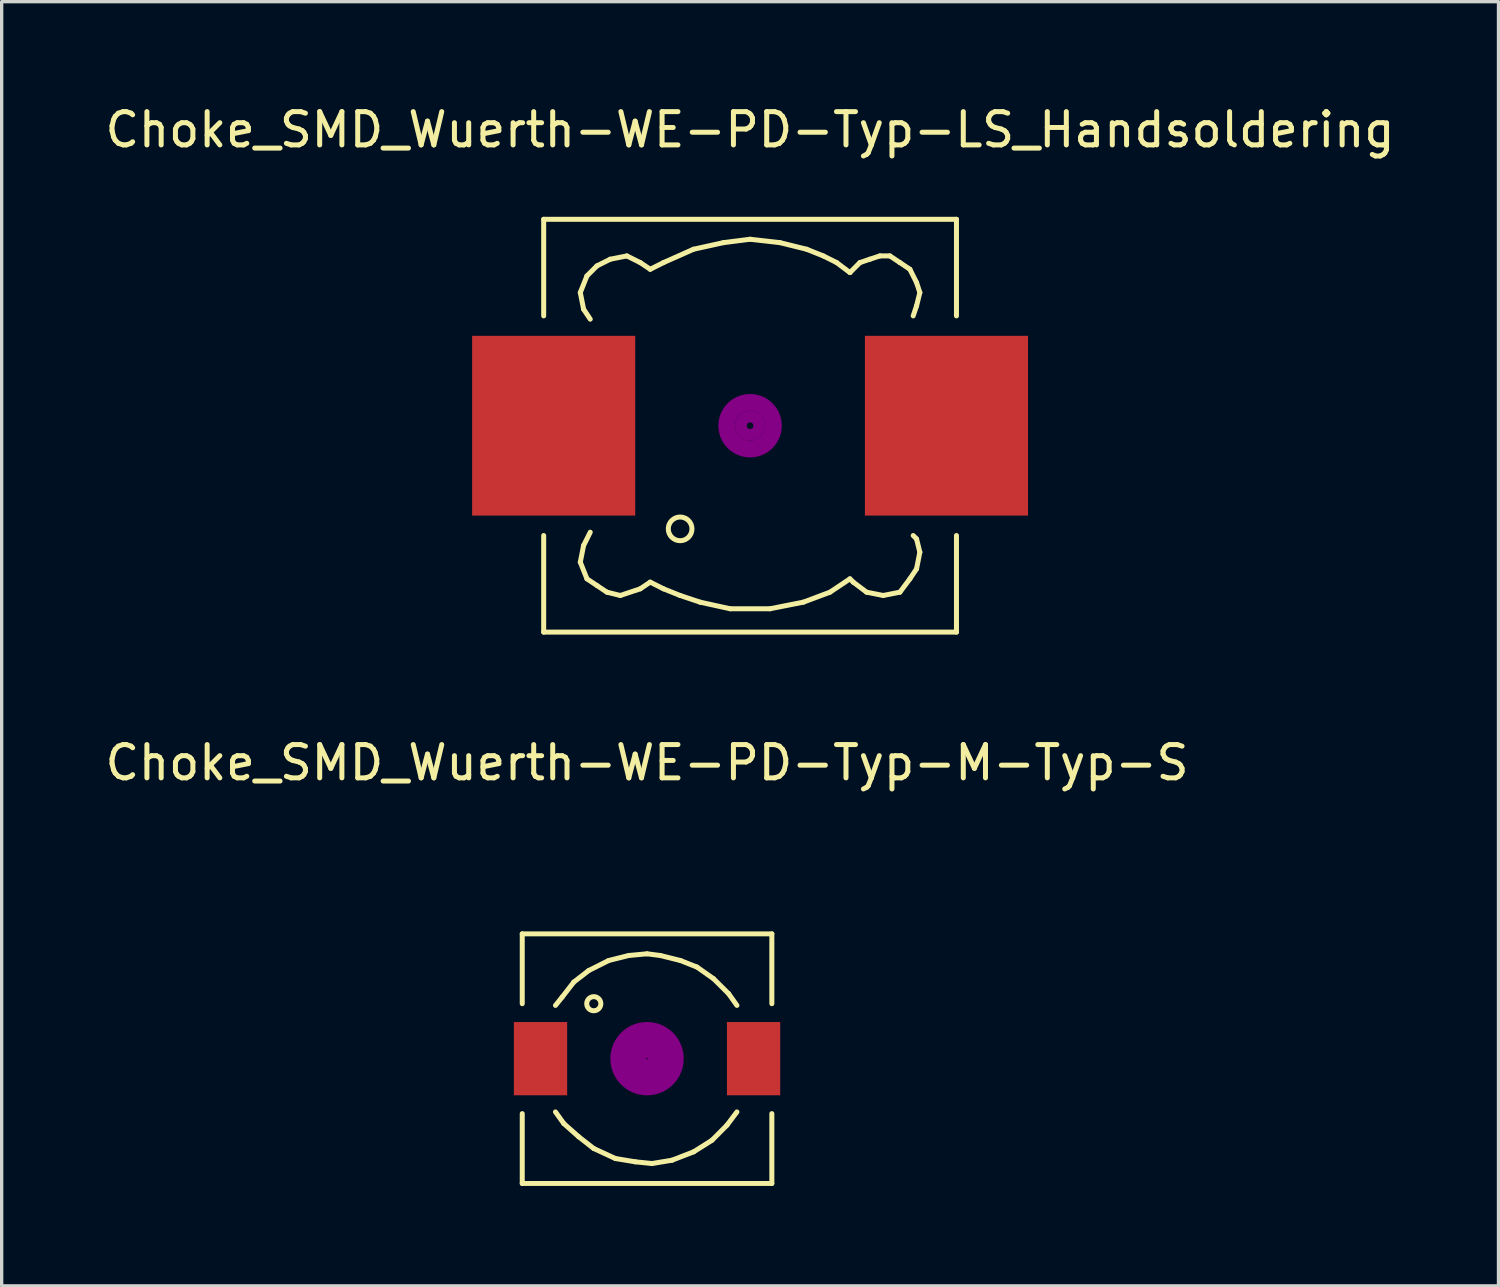
<source format=kicad_pcb>
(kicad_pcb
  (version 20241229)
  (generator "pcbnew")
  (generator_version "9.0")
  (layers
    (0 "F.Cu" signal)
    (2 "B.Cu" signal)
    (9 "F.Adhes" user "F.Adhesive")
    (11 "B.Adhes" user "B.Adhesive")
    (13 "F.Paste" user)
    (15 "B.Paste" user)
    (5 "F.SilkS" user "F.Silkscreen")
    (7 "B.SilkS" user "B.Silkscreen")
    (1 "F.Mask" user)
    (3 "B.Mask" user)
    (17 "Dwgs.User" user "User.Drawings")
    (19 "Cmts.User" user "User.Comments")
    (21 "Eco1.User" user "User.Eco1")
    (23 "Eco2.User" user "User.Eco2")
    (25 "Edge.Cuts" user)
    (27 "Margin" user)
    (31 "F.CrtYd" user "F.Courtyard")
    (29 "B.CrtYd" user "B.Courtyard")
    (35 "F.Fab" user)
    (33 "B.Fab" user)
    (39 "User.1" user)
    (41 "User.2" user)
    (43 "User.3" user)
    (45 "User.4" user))
  (footprint "Choke_SMD_Wuerth-WE-PD-Typ-M-Typ-S"
    (layer "F.Cu")
    (at 16.387 28.752)
    (property "Reference" "Choke_SMD_Wuerth-WE-PD-Typ-M-Typ-S" (at 0 -8.89 0) (layer "F.SilkS") (effects (font (size 1 1) (thickness 0.15))))
    (attr smd)
    (fp_line (start -3.749 -3.749) (end -3.749 -1.651) (stroke (width 0.15) (type solid)) (layer "F.SilkS"))
    (fp_line (start -3.749 1.651) (end -3.749 3.749) (stroke (width 0.15) (type solid)) (layer "F.SilkS"))
    (fp_line (start -3.749 3.749) (end 3.749 3.749) (stroke (width 0.15) (type solid)) (layer "F.SilkS"))
    (fp_line (start -2.751 1.6) (end -2.499 1.951) (stroke (width 0.15) (type solid)) (layer "F.SilkS"))
    (fp_line (start -2.55 -1.849) (end -2.751 -1.6) (stroke (width 0.15) (type solid)) (layer "F.SilkS"))
    (fp_line (start -2.499 1.951) (end -2.05 2.349) (stroke (width 0.15) (type solid)) (layer "F.SilkS"))
    (fp_line (start -2.2 -2.301) (end -2.55 -1.849) (stroke (width 0.15) (type solid)) (layer "F.SilkS"))
    (fp_line (start -2.05 2.349) (end -1.6 2.7) (stroke (width 0.15) (type solid)) (layer "F.SilkS"))
    (fp_line (start -1.75 -2.649) (end -2.2 -2.301) (stroke (width 0.15) (type solid)) (layer "F.SilkS"))
    (fp_line (start -1.6 2.7) (end -0.95 3) (stroke (width 0.15) (type solid)) (layer "F.SilkS"))
    (fp_line (start -1.151 -2.949) (end -1.75 -2.649) (stroke (width 0.15) (type solid)) (layer "F.SilkS"))
    (fp_line (start -0.95 3) (end -0.351 3.099) (stroke (width 0.15) (type solid)) (layer "F.SilkS"))
    (fp_line (start -0.551 -3.099) (end -1.151 -2.949) (stroke (width 0.15) (type solid)) (layer "F.SilkS"))
    (fp_line (start -0.351 3.099) (end 0.15 3.15) (stroke (width 0.15) (type solid)) (layer "F.SilkS"))
    (fp_line (start 0 -3.15) (end -0.551 -3.099) (stroke (width 0.15) (type solid)) (layer "F.SilkS"))
    (fp_line (start 0.15 3.15) (end 0.749 3.051) (stroke (width 0.15) (type solid)) (layer "F.SilkS"))
    (fp_line (start 0.399 -3.099) (end 0 -3.15) (stroke (width 0.15) (type solid)) (layer "F.SilkS"))
    (fp_line (start 0.749 3.051) (end 1.4 2.799) (stroke (width 0.15) (type solid)) (layer "F.SilkS"))
    (fp_line (start 1.001 -2.949) (end 0.399 -3.099) (stroke (width 0.15) (type solid)) (layer "F.SilkS"))
    (fp_line (start 1.4 2.799) (end 1.951 2.451) (stroke (width 0.15) (type solid)) (layer "F.SilkS"))
    (fp_line (start 1.501 -2.751) (end 1.001 -2.949) (stroke (width 0.15) (type solid)) (layer "F.SilkS"))
    (fp_line (start 1.951 2.451) (end 2.4 1.999) (stroke (width 0.15) (type solid)) (layer "F.SilkS"))
    (fp_line (start 1.999 -2.4) (end 1.501 -2.751) (stroke (width 0.15) (type solid)) (layer "F.SilkS"))
    (fp_line (start 2.4 1.999) (end 2.7 1.6) (stroke (width 0.15) (type solid)) (layer "F.SilkS"))
    (fp_line (start 2.451 -1.951) (end 1.999 -2.4) (stroke (width 0.15) (type solid)) (layer "F.SilkS"))
    (fp_line (start 2.7 -1.6) (end 2.451 -1.951) (stroke (width 0.15) (type solid)) (layer "F.SilkS"))
    (fp_line (start 3.749 -3.749) (end -3.749 -3.749) (stroke (width 0.15) (type solid)) (layer "F.SilkS"))
    (fp_line (start 3.749 -3.749) (end 3.749 -1.651) (stroke (width 0.15) (type solid)) (layer "F.SilkS"))
    (fp_line (start 3.749 3.749) (end 3.749 1.651) (stroke (width 0.15) (type solid)) (layer "F.SilkS"))
    (fp_circle (center -1.6 -1.651) (end -1.45 -1.501) (stroke (width 0.15) (type solid)) (fill no) (layer "F.SilkS"))
    (fp_circle (center 0 0) (end 0.15 0.15) (stroke (width 0.381) (type solid)) (fill no) (layer "F.Adhes"))
    (fp_circle (center 0 0) (end 0.551 0.051) (stroke (width 0.381) (type solid)) (fill no) (layer "F.Adhes"))
    (fp_circle (center 0 0) (end 0.899 0.15) (stroke (width 0.381) (type solid)) (fill no) (layer "F.Adhes"))
    (pad "1" smd rect (at -3.2 0) (size 1.6 2.2) (layers "F.Cu" "F.Mask" "F.Paste"))
    (pad "2" smd rect (at 3.2 0) (size 1.6 2.2) (layers "F.Cu" "F.Mask" "F.Paste")))
  (footprint "Choke_SMD_Wuerth-WE-PD-Typ-LS_Handsoldering"
    (layer "F.Cu")
    (at 19.482 9.738)
    (property "Reference" "Choke_SMD_Wuerth-WE-PD-Typ-LS_Handsoldering" (at 0 -8.89 0) (layer "F.SilkS") (effects (font (size 1 1) (thickness 0.15))))
    (attr smd)
    (fp_line (start -6.2 -6.2) (end -6.2 -3.299) (stroke (width 0.15) (type solid)) (layer "F.SilkS"))
    (fp_line (start -6.2 3.299) (end -6.2 6.2) (stroke (width 0.15) (type solid)) (layer "F.SilkS"))
    (fp_line (start -6.2 6.2) (end 6.2 6.2) (stroke (width 0.15) (type solid)) (layer "F.SilkS"))
    (fp_line (start -5.1 -4) (end -5.001 -3.5) (stroke (width 0.15) (type solid)) (layer "F.SilkS"))
    (fp_line (start -5.1 4.1) (end -5.001 3.599) (stroke (width 0.15) (type solid)) (layer "F.SilkS"))
    (fp_line (start -5.001 -3.5) (end -4.801 -3.2) (stroke (width 0.15) (type solid)) (layer "F.SilkS"))
    (fp_line (start -5.001 3.599) (end -4.801 3.2) (stroke (width 0.15) (type solid)) (layer "F.SilkS"))
    (fp_line (start -4.9 -4.501) (end -5.1 -4) (stroke (width 0.15) (type solid)) (layer "F.SilkS"))
    (fp_line (start -4.9 4.6) (end -5.1 4.1) (stroke (width 0.15) (type solid)) (layer "F.SilkS"))
    (fp_line (start -4.6 -4.801) (end -4.9 -4.501) (stroke (width 0.15) (type solid)) (layer "F.SilkS"))
    (fp_line (start -4.6 4.801) (end -4.9 4.6) (stroke (width 0.15) (type solid)) (layer "F.SilkS"))
    (fp_line (start -4.3 5.001) (end -4.6 4.801) (stroke (width 0.15) (type solid)) (layer "F.SilkS"))
    (fp_line (start -4.201 -5.001) (end -4.6 -4.801) (stroke (width 0.15) (type solid)) (layer "F.SilkS"))
    (fp_line (start -3.899 5.1) (end -4.3 5.001) (stroke (width 0.15) (type solid)) (layer "F.SilkS"))
    (fp_line (start -3.701 -5.1) (end -4.201 -5.001) (stroke (width 0.15) (type solid)) (layer "F.SilkS"))
    (fp_line (start -3.299 -4.9) (end -3.701 -5.1) (stroke (width 0.15) (type solid)) (layer "F.SilkS"))
    (fp_line (start -3.299 4.9) (end -3.899 5.1) (stroke (width 0.15) (type solid)) (layer "F.SilkS"))
    (fp_line (start -3 -4.699) (end -3.299 -4.9) (stroke (width 0.15) (type solid)) (layer "F.SilkS"))
    (fp_line (start -3 4.699) (end -3.299 4.9) (stroke (width 0.15) (type solid)) (layer "F.SilkS"))
    (fp_line (start -2.601 -4.9) (end -3 -4.699) (stroke (width 0.15) (type solid)) (layer "F.SilkS"))
    (fp_line (start -2.601 4.9) (end -3 4.699) (stroke (width 0.15) (type solid)) (layer "F.SilkS"))
    (fp_line (start -2.101 5.1) (end -2.601 4.9) (stroke (width 0.15) (type solid)) (layer "F.SilkS"))
    (fp_line (start -1.699 -5.301) (end -2.601 -4.9) (stroke (width 0.15) (type solid)) (layer "F.SilkS"))
    (fp_line (start -1.501 5.301) (end -2.101 5.1) (stroke (width 0.15) (type solid)) (layer "F.SilkS"))
    (fp_line (start -0.8 -5.499) (end -1.699 -5.301) (stroke (width 0.15) (type solid)) (layer "F.SilkS"))
    (fp_line (start -0.599 5.499) (end -1.501 5.301) (stroke (width 0.15) (type solid)) (layer "F.SilkS"))
    (fp_line (start 0 -5.601) (end -0.8 -5.499) (stroke (width 0.15) (type solid)) (layer "F.SilkS"))
    (fp_line (start 0.599 5.499) (end -0.599 5.499) (stroke (width 0.15) (type solid)) (layer "F.SilkS"))
    (fp_line (start 0.899 -5.499) (end 0 -5.601) (stroke (width 0.15) (type solid)) (layer "F.SilkS"))
    (fp_line (start 1.6 5.301) (end 0.599 5.499) (stroke (width 0.15) (type solid)) (layer "F.SilkS"))
    (fp_line (start 1.699 -5.301) (end 0.899 -5.499) (stroke (width 0.15) (type solid)) (layer "F.SilkS"))
    (fp_line (start 2.2 -5.1) (end 1.699 -5.301) (stroke (width 0.15) (type solid)) (layer "F.SilkS"))
    (fp_line (start 2.4 5.001) (end 1.6 5.301) (stroke (width 0.15) (type solid)) (layer "F.SilkS"))
    (fp_line (start 2.601 -4.9) (end 2.2 -5.1) (stroke (width 0.15) (type solid)) (layer "F.SilkS"))
    (fp_line (start 3 -4.6) (end 2.601 -4.9) (stroke (width 0.15) (type solid)) (layer "F.SilkS"))
    (fp_line (start 3 4.6) (end 2.4 5.001) (stroke (width 0.15) (type solid)) (layer "F.SilkS"))
    (fp_line (start 3.099 4.699) (end 3 4.6) (stroke (width 0.15) (type solid)) (layer "F.SilkS"))
    (fp_line (start 3.299 -4.9) (end 3 -4.6) (stroke (width 0.15) (type solid)) (layer "F.SilkS"))
    (fp_line (start 3.5 5.001) (end 3.099 4.699) (stroke (width 0.15) (type solid)) (layer "F.SilkS"))
    (fp_line (start 3.599 -5.001) (end 3.299 -4.9) (stroke (width 0.15) (type solid)) (layer "F.SilkS"))
    (fp_line (start 3.899 -5.1) (end 3.599 -5.001) (stroke (width 0.15) (type solid)) (layer "F.SilkS"))
    (fp_line (start 4 5.1) (end 3.5 5.001) (stroke (width 0.15) (type solid)) (layer "F.SilkS"))
    (fp_line (start 4.201 -5.1) (end 3.899 -5.1) (stroke (width 0.15) (type solid)) (layer "F.SilkS"))
    (fp_line (start 4.501 -4.9) (end 4.201 -5.1) (stroke (width 0.15) (type solid)) (layer "F.SilkS"))
    (fp_line (start 4.501 5.001) (end 4 5.1) (stroke (width 0.15) (type solid)) (layer "F.SilkS"))
    (fp_line (start 4.801 -4.699) (end 4.501 -4.9) (stroke (width 0.15) (type solid)) (layer "F.SilkS"))
    (fp_line (start 4.801 4.6) (end 4.501 5.001) (stroke (width 0.15) (type solid)) (layer "F.SilkS"))
    (fp_line (start 4.9 -3.299) (end 5.001 -3.599) (stroke (width 0.15) (type solid)) (layer "F.SilkS"))
    (fp_line (start 4.9 3.299) (end 5.001 3.401) (stroke (width 0.15) (type solid)) (layer "F.SilkS"))
    (fp_line (start 5.001 -4.3) (end 4.801 -4.699) (stroke (width 0.15) (type solid)) (layer "F.SilkS"))
    (fp_line (start 5.001 -3.599) (end 5.1 -4) (stroke (width 0.15) (type solid)) (layer "F.SilkS"))
    (fp_line (start 5.001 3.401) (end 5.1 3.8) (stroke (width 0.15) (type solid)) (layer "F.SilkS"))
    (fp_line (start 5.001 4.3) (end 4.801 4.6) (stroke (width 0.15) (type solid)) (layer "F.SilkS"))
    (fp_line (start 5.1 -4) (end 5.001 -4.3) (stroke (width 0.15) (type solid)) (layer "F.SilkS"))
    (fp_line (start 5.1 3.8) (end 5.001 4.3) (stroke (width 0.15) (type solid)) (layer "F.SilkS"))
    (fp_line (start 6.2 -6.2) (end -6.2 -6.2) (stroke (width 0.15) (type solid)) (layer "F.SilkS"))
    (fp_line (start 6.2 -6.2) (end 6.2 -3.299) (stroke (width 0.15) (type solid)) (layer "F.SilkS"))
    (fp_line (start 6.2 6.2) (end 6.2 3.299) (stroke (width 0.15) (type solid)) (layer "F.SilkS"))
    (fp_circle (center -2.101 3.099) (end -1.849 3.35) (stroke (width 0.15) (type solid)) (fill no) (layer "F.SilkS"))
    (fp_circle (center 0 0) (end 0.1 0) (stroke (width 0.305) (type solid)) (fill no) (layer "F.Adhes"))
    (fp_circle (center 0 0) (end 0.3 0) (stroke (width 0.305) (type solid)) (fill no) (layer "F.Adhes"))
    (fp_circle (center 0 0) (end 0.6 0) (stroke (width 0.305) (type solid)) (fill no) (layer "F.Adhes"))
    (fp_circle (center 0 0) (end 0.8 0) (stroke (width 0.305) (type solid)) (fill no) (layer "F.Adhes"))
    (pad "1" smd rect (at -5.9 0) (size 4.9 5.4) (layers "F.Cu" "F.Mask" "F.Paste"))
    (pad "2" smd rect (at 5.9 0) (size 4.9 5.4) (layers "F.Cu" "F.Mask" "F.Paste")))
  (gr_rect
    (start -3 -3)
    (end 41.964 35.576)
    (stroke (width 0.1) (type default))
    (fill no)
    (layer "Edge.Cuts")))
</source>
